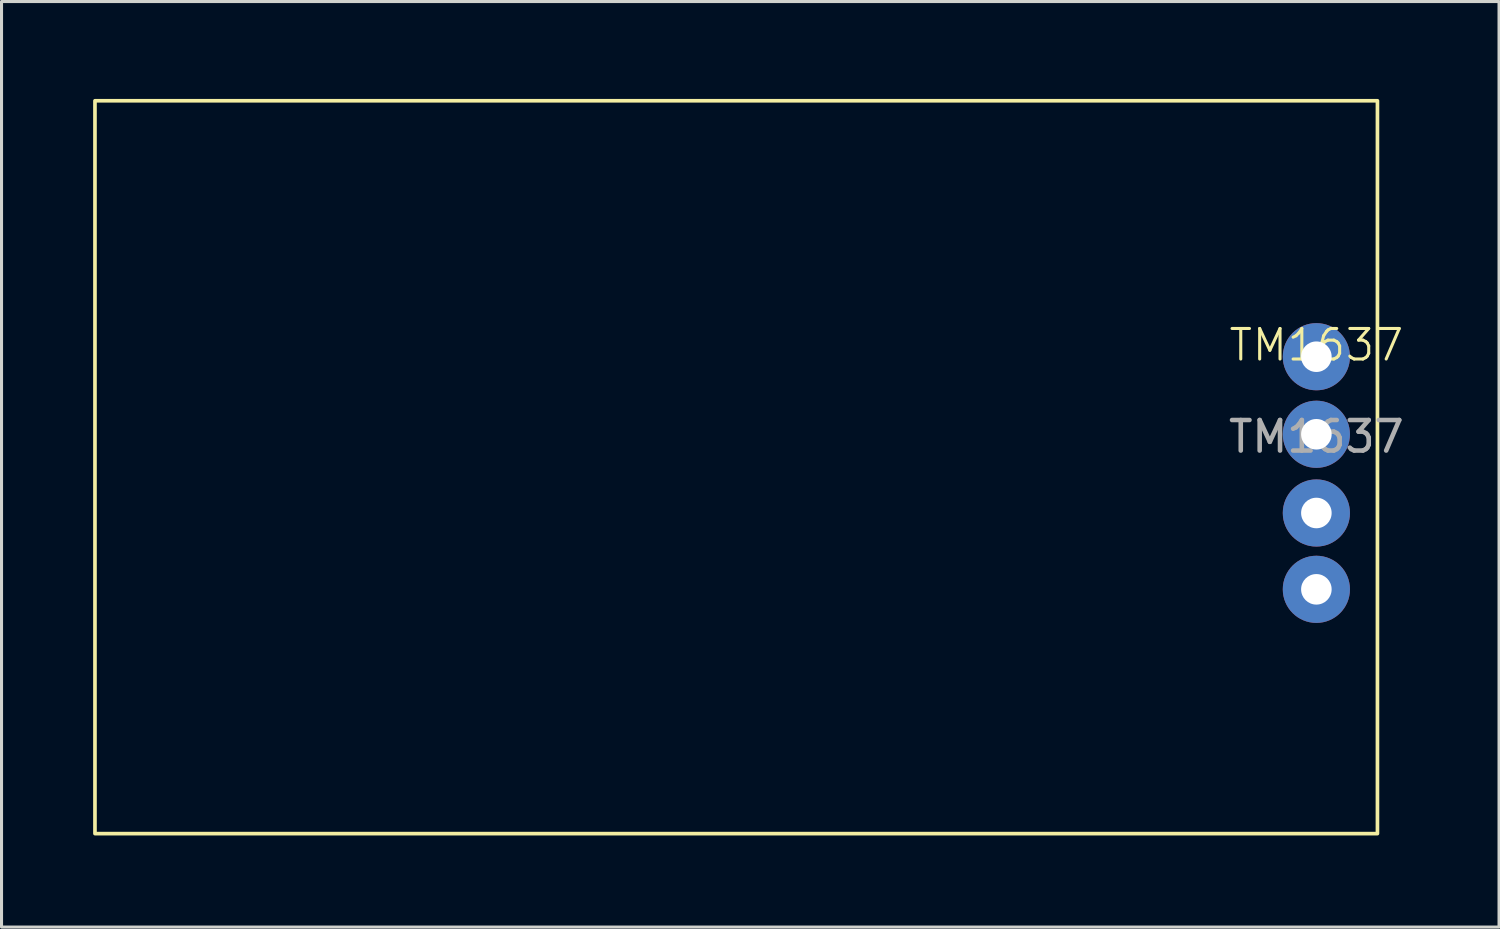
<source format=kicad_pcb>
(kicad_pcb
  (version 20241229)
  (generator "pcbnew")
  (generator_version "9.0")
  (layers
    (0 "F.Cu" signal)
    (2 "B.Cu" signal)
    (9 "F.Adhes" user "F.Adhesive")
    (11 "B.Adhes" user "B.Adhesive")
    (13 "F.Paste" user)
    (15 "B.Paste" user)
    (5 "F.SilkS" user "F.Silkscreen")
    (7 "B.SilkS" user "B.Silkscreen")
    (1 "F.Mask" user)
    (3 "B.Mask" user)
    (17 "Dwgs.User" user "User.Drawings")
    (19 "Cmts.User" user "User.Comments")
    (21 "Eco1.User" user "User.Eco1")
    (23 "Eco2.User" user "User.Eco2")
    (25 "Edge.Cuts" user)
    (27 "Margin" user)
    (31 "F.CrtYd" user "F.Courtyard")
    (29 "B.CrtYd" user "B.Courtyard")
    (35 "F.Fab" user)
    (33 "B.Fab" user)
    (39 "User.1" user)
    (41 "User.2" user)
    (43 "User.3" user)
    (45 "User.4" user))
  (footprint "TM1637"
    (layer "F.Cu")
    (at 42.06 0.25)
    (property "Reference" "TM1637" (at -2 8 0) (unlocked yes) (layer "F.SilkS") (effects (font (size 1 1) (thickness 0.1))))
    (attr through_hole)
    (fp_rect (start 0 0) (end -42 24) (stroke (width 0.12) (type solid)) (fill no) (layer "F.SilkS"))
    (fp_text user "${REFERENCE}" (at -2 11 0) (unlocked yes) (layer "F.Fab") (effects (font (size 1 1) (thickness 0.15))))
    (pad "1" thru_hole circle (at -2 8.382) (size 2.2 2.2) (drill 1) (layers "*.Cu" "*.Mask"))
    (pad "2" thru_hole circle (at -2 10.922) (size 2.2 2.2) (drill 1) (layers "*.Cu" "*.Mask"))
    (pad "3" thru_hole circle (at -2 13.5) (size 2.2 2.2) (drill 1) (layers "*.Cu" "*.Mask"))
    (pad "4" thru_hole circle (at -2 16) (size 2.2 2.2) (drill 1) (layers "*.Cu" "*.Mask")))
  (gr_rect
    (start -3 -3)
    (end 46.042 27.31)
    (stroke (width 0.1) (type default))
    (fill no)
    (layer "Edge.Cuts")))
</source>
